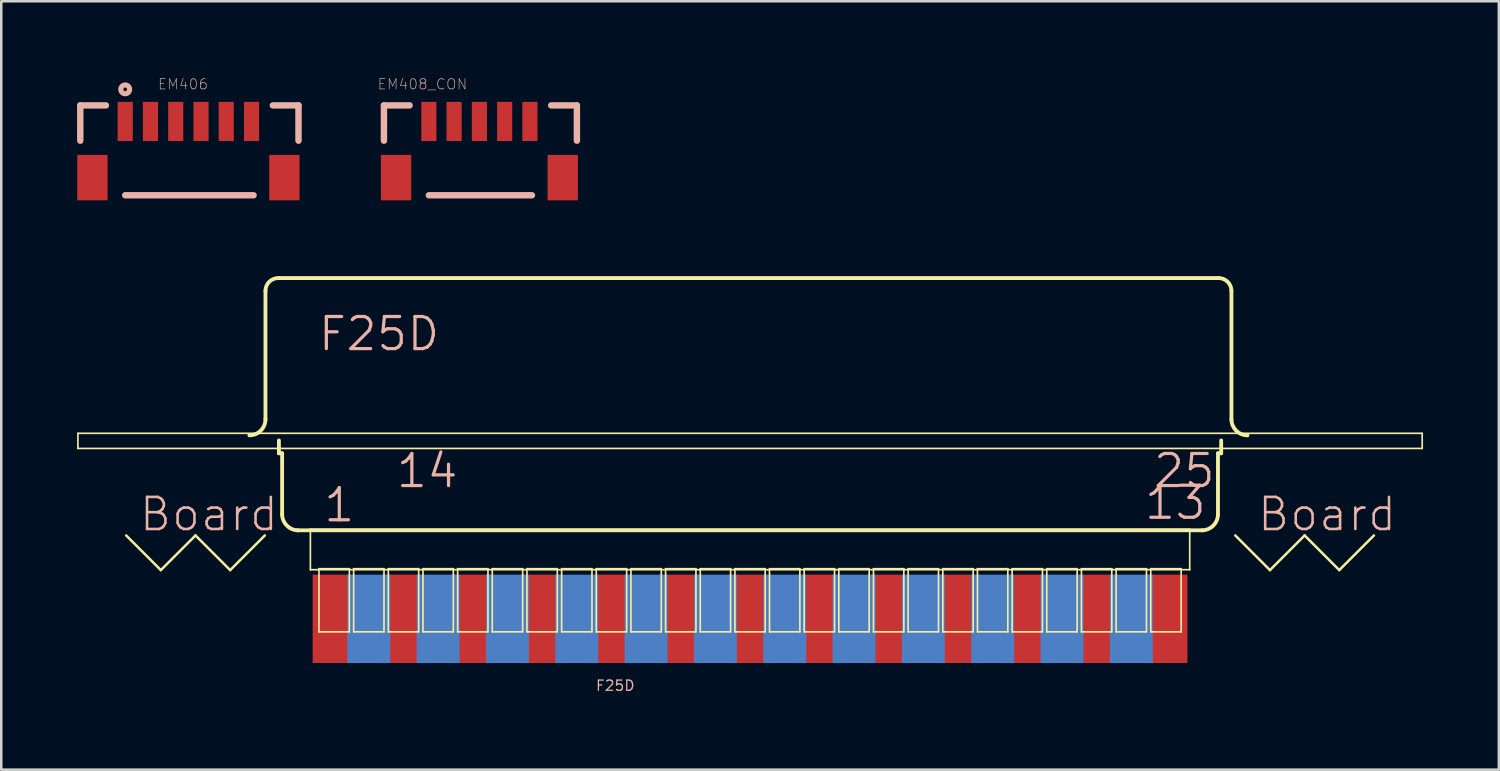
<source format=kicad_pcb>
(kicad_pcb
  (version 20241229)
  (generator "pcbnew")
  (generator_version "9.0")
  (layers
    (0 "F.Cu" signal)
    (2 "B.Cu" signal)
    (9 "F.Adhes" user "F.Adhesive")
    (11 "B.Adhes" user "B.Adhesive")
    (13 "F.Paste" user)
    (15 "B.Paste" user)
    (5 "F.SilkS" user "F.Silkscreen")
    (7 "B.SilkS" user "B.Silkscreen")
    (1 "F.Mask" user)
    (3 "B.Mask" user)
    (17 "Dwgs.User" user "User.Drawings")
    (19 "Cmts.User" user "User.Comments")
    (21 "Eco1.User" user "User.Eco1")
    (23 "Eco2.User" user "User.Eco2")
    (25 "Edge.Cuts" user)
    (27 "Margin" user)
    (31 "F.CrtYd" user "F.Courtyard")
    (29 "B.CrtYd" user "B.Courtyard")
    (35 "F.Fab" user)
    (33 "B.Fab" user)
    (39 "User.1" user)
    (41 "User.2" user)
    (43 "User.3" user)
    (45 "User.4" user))
  (footprint "EM408_CON"
    (layer "F.Cu")
    (at 13.922 1.756)
    (property "Reference" "EM408_CON" (at -0.254 -1.473 0) (layer "B.SilkS") (effects (font (size 0.406 0.406) (thickness 0.025))))
    (attr smd)
    (fp_line (start -1.778 -0.635) (end -0.762 -0.635) (stroke (width 0.254) (type solid)) (layer "B.SilkS"))
    (fp_line (start -1.778 0.762) (end -1.778 -0.635) (stroke (width 0.254) (type solid)) (layer "B.SilkS"))
    (fp_line (start 0 2.921) (end 4.079 2.921) (stroke (width 0.254) (type solid)) (layer "B.SilkS"))
    (fp_line (start 4.841 -0.635) (end 5.857 -0.635) (stroke (width 0.254) (type solid)) (layer "B.SilkS"))
    (fp_line (start 5.857 -0.635) (end 5.857 0.762) (stroke (width 0.254) (type solid)) (layer "B.SilkS"))
    (pad "1" smd rect (at 3.998 0) (size 0.599 1.549) (layers "F.Cu" "F.Mask" "F.Paste"))
    (pad "2" smd rect (at 3 0) (size 0.599 1.549) (layers "F.Cu" "F.Mask" "F.Paste"))
    (pad "3" smd rect (at 1.999 0) (size 0.599 1.549) (layers "F.Cu" "F.Mask" "F.Paste"))
    (pad "4" smd rect (at 0.998 0) (size 0.599 1.549) (layers "F.Cu" "F.Mask" "F.Paste"))
    (pad "5" smd rect (at 0 0) (size 0.599 1.549) (layers "F.Cu" "F.Mask" "F.Paste"))
    (pad "P$1" smd rect (at -1.298 2.223) (size 1.199 1.798) (layers "F.Cu" "F.Mask" "F.Paste"))
    (pad "P$2" smd rect (at 5.298 2.223) (size 1.199 1.798) (layers "F.Cu" "F.Mask" "F.Paste")))
  (footprint "EM406"
    (layer "F.Cu")
    (at 1.905 1.756)
    (property "Reference" "EM406" (at 2.286 -1.473 0) (layer "B.SilkS") (effects (font (size 0.406 0.406) (thickness 0.025))))
    (attr smd)
    (fp_line (start -1.778 -0.635) (end -0.762 -0.635) (stroke (width 0.254) (type solid)) (layer "B.SilkS"))
    (fp_line (start -1.778 0.762) (end -1.778 -0.635) (stroke (width 0.254) (type solid)) (layer "B.SilkS"))
    (fp_line (start 0 2.921) (end 5.08 2.921) (stroke (width 0.254) (type solid)) (layer "B.SilkS"))
    (fp_line (start 5.842 -0.635) (end 6.858 -0.635) (stroke (width 0.254) (type solid)) (layer "B.SilkS"))
    (fp_line (start 6.858 -0.635) (end 6.858 0.762) (stroke (width 0.254) (type solid)) (layer "B.SilkS"))
    (fp_circle (center 0 -1.27) (end -0.051 -1.321) (stroke (width 0.203) (type solid)) (fill no) (layer "B.SilkS"))
    (pad "1" smd rect (at 0 0) (size 0.599 1.549) (layers "F.Cu" "F.Mask" "F.Paste"))
    (pad "2" smd rect (at 0.998 0) (size 0.599 1.549) (layers "F.Cu" "F.Mask" "F.Paste"))
    (pad "3" smd rect (at 1.999 0) (size 0.599 1.549) (layers "F.Cu" "F.Mask" "F.Paste"))
    (pad "4" smd rect (at 3 0) (size 0.599 1.549) (layers "F.Cu" "F.Mask" "F.Paste"))
    (pad "5" smd rect (at 3.998 0) (size 0.599 1.549) (layers "F.Cu" "F.Mask" "F.Paste"))
    (pad "6" smd rect (at 4.999 0) (size 0.599 1.549) (layers "F.Cu" "F.Mask" "F.Paste"))
    (pad "P$1" smd rect (at -1.298 2.223) (size 1.199 1.798) (layers "F.Cu" "F.Mask" "F.Paste"))
    (pad "P$2" smd rect (at 6.299 2.223) (size 1.199 1.798) (layers "F.Cu" "F.Mask" "F.Paste")))
  (footprint "F25D"
    (layer "F.Cu")
    (at 26.632 15.396)
    (property "Reference" "F25D" (at -5.334 8.687 0) (layer "B.SilkS") (effects (font (size 0.406 0.406) (thickness 0.051))))
    (attr smd)
    (fp_line (start -26.599 -1.298) (end 26.599 -1.298) (stroke (width 0.066) (type solid)) (layer "F.SilkS"))
    (fp_line (start -26.599 -0.699) (end -26.599 -1.298) (stroke (width 0.066) (type solid)) (layer "F.SilkS"))
    (fp_line (start -26.599 -0.699) (end 26.599 -0.699) (stroke (width 0.066) (type solid)) (layer "F.SilkS"))
    (fp_line (start -24.689 2.743) (end -23.317 4.115) (stroke (width 0.1) (type solid)) (layer "F.SilkS"))
    (fp_line (start -23.317 4.115) (end -21.946 2.743) (stroke (width 0.1) (type solid)) (layer "F.SilkS"))
    (fp_line (start -21.946 2.743) (end -20.574 4.115) (stroke (width 0.1) (type solid)) (layer "F.SilkS"))
    (fp_line (start -20.574 4.115) (end -19.202 2.743) (stroke (width 0.1) (type solid)) (layer "F.SilkS"))
    (fp_line (start -19.177 -1.854) (end -19.177 -6.934) (stroke (width 0.152) (type solid)) (layer "F.SilkS"))
    (fp_line (start -18.669 -7.442) (end 18.542 -7.442) (stroke (width 0.152) (type solid)) (layer "F.SilkS"))
    (fp_line (start -18.644 -0.508) (end -18.644 -1.016) (stroke (width 0.152) (type solid)) (layer "F.SilkS"))
    (fp_line (start -18.644 -0.508) (end -18.517 -0.508) (stroke (width 0.152) (type solid)) (layer "F.SilkS"))
    (fp_line (start -18.517 1.905) (end -18.517 -0.508) (stroke (width 0.152) (type solid)) (layer "F.SilkS"))
    (fp_line (start -17.899 2.54) (end 17.899 2.54) (stroke (width 0.152) (type solid)) (layer "F.SilkS"))
    (fp_line (start -17.399 2.499) (end 17.399 2.499) (stroke (width 0.066) (type solid)) (layer "F.SilkS"))
    (fp_line (start -17.399 4.1) (end -17.399 2.499) (stroke (width 0.066) (type solid)) (layer "F.SilkS"))
    (fp_line (start -17.399 4.1) (end 17.399 4.1) (stroke (width 0.066) (type solid)) (layer "F.SilkS"))
    (fp_line (start -17.059 4.059) (end -15.857 4.059) (stroke (width 0.066) (type solid)) (layer "F.SilkS"))
    (fp_line (start -17.059 6.558) (end -17.059 4.059) (stroke (width 0.066) (type solid)) (layer "F.SilkS"))
    (fp_line (start -17.059 6.558) (end -15.857 6.558) (stroke (width 0.066) (type solid)) (layer "F.SilkS"))
    (fp_line (start -15.857 6.558) (end -15.857 4.059) (stroke (width 0.066) (type solid)) (layer "F.SilkS"))
    (fp_line (start -15.687 4.059) (end -14.486 4.059) (stroke (width 0.066) (type solid)) (layer "F.SilkS"))
    (fp_line (start -15.687 6.558) (end -15.687 4.059) (stroke (width 0.066) (type solid)) (layer "F.SilkS"))
    (fp_line (start -15.687 6.558) (end -14.486 6.558) (stroke (width 0.066) (type solid)) (layer "F.SilkS"))
    (fp_line (start -14.486 6.558) (end -14.486 4.059) (stroke (width 0.066) (type solid)) (layer "F.SilkS"))
    (fp_line (start -14.315 4.059) (end -13.114 4.059) (stroke (width 0.066) (type solid)) (layer "F.SilkS"))
    (fp_line (start -14.315 6.558) (end -14.315 4.059) (stroke (width 0.066) (type solid)) (layer "F.SilkS"))
    (fp_line (start -14.315 6.558) (end -13.114 6.558) (stroke (width 0.066) (type solid)) (layer "F.SilkS"))
    (fp_line (start -13.114 6.558) (end -13.114 4.059) (stroke (width 0.066) (type solid)) (layer "F.SilkS"))
    (fp_line (start -12.944 4.059) (end -11.742 4.059) (stroke (width 0.066) (type solid)) (layer "F.SilkS"))
    (fp_line (start -12.944 6.558) (end -12.944 4.059) (stroke (width 0.066) (type solid)) (layer "F.SilkS"))
    (fp_line (start -12.944 6.558) (end -11.742 6.558) (stroke (width 0.066) (type solid)) (layer "F.SilkS"))
    (fp_line (start -11.742 6.558) (end -11.742 4.059) (stroke (width 0.066) (type solid)) (layer "F.SilkS"))
    (fp_line (start -11.572 4.059) (end -10.371 4.059) (stroke (width 0.066) (type solid)) (layer "F.SilkS"))
    (fp_line (start -11.572 6.558) (end -11.572 4.059) (stroke (width 0.066) (type solid)) (layer "F.SilkS"))
    (fp_line (start -11.572 6.558) (end -10.371 6.558) (stroke (width 0.066) (type solid)) (layer "F.SilkS"))
    (fp_line (start -10.371 6.558) (end -10.371 4.059) (stroke (width 0.066) (type solid)) (layer "F.SilkS"))
    (fp_line (start -10.201 4.059) (end -8.999 4.059) (stroke (width 0.066) (type solid)) (layer "F.SilkS"))
    (fp_line (start -10.201 6.558) (end -10.201 4.059) (stroke (width 0.066) (type solid)) (layer "F.SilkS"))
    (fp_line (start -10.201 6.558) (end -8.999 6.558) (stroke (width 0.066) (type solid)) (layer "F.SilkS"))
    (fp_line (start -8.999 6.558) (end -8.999 4.059) (stroke (width 0.066) (type solid)) (layer "F.SilkS"))
    (fp_line (start -8.829 4.059) (end -7.628 4.059) (stroke (width 0.066) (type solid)) (layer "F.SilkS"))
    (fp_line (start -8.829 6.558) (end -8.829 4.059) (stroke (width 0.066) (type solid)) (layer "F.SilkS"))
    (fp_line (start -8.829 6.558) (end -7.628 6.558) (stroke (width 0.066) (type solid)) (layer "F.SilkS"))
    (fp_line (start -7.628 6.558) (end -7.628 4.059) (stroke (width 0.066) (type solid)) (layer "F.SilkS"))
    (fp_line (start -7.457 4.059) (end -6.256 4.059) (stroke (width 0.066) (type solid)) (layer "F.SilkS"))
    (fp_line (start -7.457 6.558) (end -7.457 4.059) (stroke (width 0.066) (type solid)) (layer "F.SilkS"))
    (fp_line (start -7.457 6.558) (end -6.256 6.558) (stroke (width 0.066) (type solid)) (layer "F.SilkS"))
    (fp_line (start -6.256 6.558) (end -6.256 4.059) (stroke (width 0.066) (type solid)) (layer "F.SilkS"))
    (fp_line (start -6.086 4.059) (end -4.884 4.059) (stroke (width 0.066) (type solid)) (layer "F.SilkS"))
    (fp_line (start -6.086 6.558) (end -6.086 4.059) (stroke (width 0.066) (type solid)) (layer "F.SilkS"))
    (fp_line (start -6.086 6.558) (end -4.884 6.558) (stroke (width 0.066) (type solid)) (layer "F.SilkS"))
    (fp_line (start -4.884 6.558) (end -4.884 4.059) (stroke (width 0.066) (type solid)) (layer "F.SilkS"))
    (fp_line (start -4.714 4.059) (end -3.513 4.059) (stroke (width 0.066) (type solid)) (layer "F.SilkS"))
    (fp_line (start -4.714 6.558) (end -4.714 4.059) (stroke (width 0.066) (type solid)) (layer "F.SilkS"))
    (fp_line (start -4.714 6.558) (end -3.513 6.558) (stroke (width 0.066) (type solid)) (layer "F.SilkS"))
    (fp_line (start -3.513 6.558) (end -3.513 4.059) (stroke (width 0.066) (type solid)) (layer "F.SilkS"))
    (fp_line (start -3.343 4.059) (end -2.141 4.059) (stroke (width 0.066) (type solid)) (layer "F.SilkS"))
    (fp_line (start -3.343 6.558) (end -3.343 4.059) (stroke (width 0.066) (type solid)) (layer "F.SilkS"))
    (fp_line (start -3.343 6.558) (end -2.141 6.558) (stroke (width 0.066) (type solid)) (layer "F.SilkS"))
    (fp_line (start -2.141 6.558) (end -2.141 4.059) (stroke (width 0.066) (type solid)) (layer "F.SilkS"))
    (fp_line (start -1.971 4.059) (end -0.77 4.059) (stroke (width 0.066) (type solid)) (layer "F.SilkS"))
    (fp_line (start -1.971 6.558) (end -1.971 4.059) (stroke (width 0.066) (type solid)) (layer "F.SilkS"))
    (fp_line (start -1.971 6.558) (end -0.77 6.558) (stroke (width 0.066) (type solid)) (layer "F.SilkS"))
    (fp_line (start -0.77 6.558) (end -0.77 4.059) (stroke (width 0.066) (type solid)) (layer "F.SilkS"))
    (fp_line (start -0.599 4.059) (end 0.599 4.059) (stroke (width 0.066) (type solid)) (layer "F.SilkS"))
    (fp_line (start -0.599 6.558) (end -0.599 4.059) (stroke (width 0.066) (type solid)) (layer "F.SilkS"))
    (fp_line (start -0.599 6.558) (end 0.599 6.558) (stroke (width 0.066) (type solid)) (layer "F.SilkS"))
    (fp_line (start 0.599 6.558) (end 0.599 4.059) (stroke (width 0.066) (type solid)) (layer "F.SilkS"))
    (fp_line (start 0.77 4.059) (end 1.971 4.059) (stroke (width 0.066) (type solid)) (layer "F.SilkS"))
    (fp_line (start 0.77 6.558) (end 0.77 4.059) (stroke (width 0.066) (type solid)) (layer "F.SilkS"))
    (fp_line (start 0.77 6.558) (end 1.971 6.558) (stroke (width 0.066) (type solid)) (layer "F.SilkS"))
    (fp_line (start 1.971 6.558) (end 1.971 4.059) (stroke (width 0.066) (type solid)) (layer "F.SilkS"))
    (fp_line (start 2.141 4.059) (end 3.343 4.059) (stroke (width 0.066) (type solid)) (layer "F.SilkS"))
    (fp_line (start 2.141 6.558) (end 2.141 4.059) (stroke (width 0.066) (type solid)) (layer "F.SilkS"))
    (fp_line (start 2.141 6.558) (end 3.343 6.558) (stroke (width 0.066) (type solid)) (layer "F.SilkS"))
    (fp_line (start 3.343 6.558) (end 3.343 4.059) (stroke (width 0.066) (type solid)) (layer "F.SilkS"))
    (fp_line (start 3.513 4.059) (end 4.714 4.059) (stroke (width 0.066) (type solid)) (layer "F.SilkS"))
    (fp_line (start 3.513 6.558) (end 3.513 4.059) (stroke (width 0.066) (type solid)) (layer "F.SilkS"))
    (fp_line (start 3.513 6.558) (end 4.714 6.558) (stroke (width 0.066) (type solid)) (layer "F.SilkS"))
    (fp_line (start 4.714 6.558) (end 4.714 4.059) (stroke (width 0.066) (type solid)) (layer "F.SilkS"))
    (fp_line (start 4.884 4.059) (end 6.086 4.059) (stroke (width 0.066) (type solid)) (layer "F.SilkS"))
    (fp_line (start 4.884 6.558) (end 4.884 4.059) (stroke (width 0.066) (type solid)) (layer "F.SilkS"))
    (fp_line (start 4.884 6.558) (end 6.086 6.558) (stroke (width 0.066) (type solid)) (layer "F.SilkS"))
    (fp_line (start 6.086 6.558) (end 6.086 4.059) (stroke (width 0.066) (type solid)) (layer "F.SilkS"))
    (fp_line (start 6.256 4.059) (end 7.457 4.059) (stroke (width 0.066) (type solid)) (layer "F.SilkS"))
    (fp_line (start 6.256 6.558) (end 6.256 4.059) (stroke (width 0.066) (type solid)) (layer "F.SilkS"))
    (fp_line (start 6.256 6.558) (end 7.457 6.558) (stroke (width 0.066) (type solid)) (layer "F.SilkS"))
    (fp_line (start 7.457 6.558) (end 7.457 4.059) (stroke (width 0.066) (type solid)) (layer "F.SilkS"))
    (fp_line (start 7.628 4.059) (end 8.829 4.059) (stroke (width 0.066) (type solid)) (layer "F.SilkS"))
    (fp_line (start 7.628 6.558) (end 7.628 4.059) (stroke (width 0.066) (type solid)) (layer "F.SilkS"))
    (fp_line (start 7.628 6.558) (end 8.829 6.558) (stroke (width 0.066) (type solid)) (layer "F.SilkS"))
    (fp_line (start 8.829 6.558) (end 8.829 4.059) (stroke (width 0.066) (type solid)) (layer "F.SilkS"))
    (fp_line (start 8.999 4.059) (end 10.201 4.059) (stroke (width 0.066) (type solid)) (layer "F.SilkS"))
    (fp_line (start 8.999 6.558) (end 8.999 4.059) (stroke (width 0.066) (type solid)) (layer "F.SilkS"))
    (fp_line (start 8.999 6.558) (end 10.201 6.558) (stroke (width 0.066) (type solid)) (layer "F.SilkS"))
    (fp_line (start 10.201 6.558) (end 10.201 4.059) (stroke (width 0.066) (type solid)) (layer "F.SilkS"))
    (fp_line (start 10.371 4.059) (end 11.572 4.059) (stroke (width 0.066) (type solid)) (layer "F.SilkS"))
    (fp_line (start 10.371 6.558) (end 10.371 4.059) (stroke (width 0.066) (type solid)) (layer "F.SilkS"))
    (fp_line (start 10.371 6.558) (end 11.572 6.558) (stroke (width 0.066) (type solid)) (layer "F.SilkS"))
    (fp_line (start 11.572 6.558) (end 11.572 4.059) (stroke (width 0.066) (type solid)) (layer "F.SilkS"))
    (fp_line (start 11.742 4.059) (end 12.944 4.059) (stroke (width 0.066) (type solid)) (layer "F.SilkS"))
    (fp_line (start 11.742 6.558) (end 11.742 4.059) (stroke (width 0.066) (type solid)) (layer "F.SilkS"))
    (fp_line (start 11.742 6.558) (end 12.944 6.558) (stroke (width 0.066) (type solid)) (layer "F.SilkS"))
    (fp_line (start 12.944 6.558) (end 12.944 4.059) (stroke (width 0.066) (type solid)) (layer "F.SilkS"))
    (fp_line (start 13.114 4.059) (end 14.315 4.059) (stroke (width 0.066) (type solid)) (layer "F.SilkS"))
    (fp_line (start 13.114 6.558) (end 13.114 4.059) (stroke (width 0.066) (type solid)) (layer "F.SilkS"))
    (fp_line (start 13.114 6.558) (end 14.315 6.558) (stroke (width 0.066) (type solid)) (layer "F.SilkS"))
    (fp_line (start 14.315 6.558) (end 14.315 4.059) (stroke (width 0.066) (type solid)) (layer "F.SilkS"))
    (fp_line (start 14.486 4.059) (end 15.687 4.059) (stroke (width 0.066) (type solid)) (layer "F.SilkS"))
    (fp_line (start 14.486 6.558) (end 14.486 4.059) (stroke (width 0.066) (type solid)) (layer "F.SilkS"))
    (fp_line (start 14.486 6.558) (end 15.687 6.558) (stroke (width 0.066) (type solid)) (layer "F.SilkS"))
    (fp_line (start 15.687 6.558) (end 15.687 4.059) (stroke (width 0.066) (type solid)) (layer "F.SilkS"))
    (fp_line (start 15.857 4.059) (end 17.059 4.059) (stroke (width 0.066) (type solid)) (layer "F.SilkS"))
    (fp_line (start 15.857 6.558) (end 15.857 4.059) (stroke (width 0.066) (type solid)) (layer "F.SilkS"))
    (fp_line (start 15.857 6.558) (end 17.059 6.558) (stroke (width 0.066) (type solid)) (layer "F.SilkS"))
    (fp_line (start 17.059 6.558) (end 17.059 4.059) (stroke (width 0.066) (type solid)) (layer "F.SilkS"))
    (fp_line (start 17.399 4.1) (end 17.399 2.499) (stroke (width 0.066) (type solid)) (layer "F.SilkS"))
    (fp_line (start 18.517 -0.508) (end 18.644 -0.508) (stroke (width 0.152) (type solid)) (layer "F.SilkS"))
    (fp_line (start 18.517 1.905) (end 18.517 -0.508) (stroke (width 0.152) (type solid)) (layer "F.SilkS"))
    (fp_line (start 18.644 -0.508) (end 18.644 -1.016) (stroke (width 0.152) (type solid)) (layer "F.SilkS"))
    (fp_line (start 19.05 -1.854) (end 19.05 -6.934) (stroke (width 0.152) (type solid)) (layer "F.SilkS"))
    (fp_line (start 19.202 2.743) (end 20.574 4.115) (stroke (width 0.1) (type solid)) (layer "F.SilkS"))
    (fp_line (start 20.574 4.115) (end 21.946 2.743) (stroke (width 0.1) (type solid)) (layer "F.SilkS"))
    (fp_line (start 21.946 2.743) (end 23.317 4.115) (stroke (width 0.1) (type solid)) (layer "F.SilkS"))
    (fp_line (start 23.317 4.115) (end 24.689 2.743) (stroke (width 0.1) (type solid)) (layer "F.SilkS"))
    (fp_line (start 26.599 -0.699) (end 26.599 -1.298) (stroke (width 0.066) (type solid)) (layer "F.SilkS"))
    (fp_arc (start -19.177 -6.9342) (mid -19.02821 -7.29341) (end -18.669 -7.4422) (stroke (width 0.1524) (type solid)) (layer "F.SilkS"))
    (fp_arc (start -19.177 -1.8542) (mid -19.362987 -1.405187) (end -19.812 -1.2192) (stroke (width 0.1524) (type solid)) (layer "F.SilkS"))
    (fp_arc (start -17.8816 2.54) (mid -18.330613 2.354013) (end -18.5166 1.905) (stroke (width 0.1524) (type solid)) (layer "F.SilkS"))
    (fp_arc (start 18.5166 1.905) (mid 18.330613 2.354013) (end 17.8816 2.54) (stroke (width 0.1524) (type solid)) (layer "F.SilkS"))
    (fp_arc (start 18.542 -7.4422) (mid 18.90121 -7.29341) (end 19.05 -6.9342) (stroke (width 0.1524) (type solid)) (layer "F.SilkS"))
    (fp_arc (start 19.685 -1.2192) (mid 19.235987 -1.405187) (end 19.05 -1.8542) (stroke (width 0.1524) (type solid)) (layer "F.SilkS"))
    (fp_text user "F25D" (at -14.681 -5.232 0) (layer "B.SilkS") (effects (font (size 1.27 1.27) (thickness 0.127))))
    (fp_text user "Board " (at -20.93 1.905 0) (layer "B.SilkS") (effects (font (size 1.27 1.27) (thickness 0.102))))
    (fp_text user "25" (at 17.183 0.188 0) (layer "B.SilkS") (effects (font (size 1.27 1.27) (thickness 0.127))))
    (fp_text user "Board" (at 22.835 1.905 0) (layer "B.SilkS") (effects (font (size 1.27 1.27) (thickness 0.102))))
    (fp_text user "1" (at -16.256 1.542 0) (layer "B.SilkS") (effects (font (size 1.27 1.27) (thickness 0.127))))
    (fp_text user "13" (at 16.828 1.443 0) (layer "B.SilkS") (effects (font (size 1.27 1.27) (thickness 0.127))))
    (fp_text user "14" (at -12.779 0.188 0) (layer "B.SilkS") (effects (font (size 1.27 1.27) (thickness 0.127))))
    (pad "1" smd rect (at -16.459 6.043) (size 1.699 3.498) (layers "F.Cu" "F.Mask" "F.Paste"))
    (pad "2" smd rect (at -13.716 6.043) (size 1.699 3.498) (layers "F.Cu" "F.Mask" "F.Paste"))
    (pad "3" smd rect (at -10.97 6.043) (size 1.699 3.498) (layers "F.Cu" "F.Mask" "F.Paste"))
    (pad "4" smd rect (at -8.23 6.043) (size 1.699 3.498) (layers "F.Cu" "F.Mask" "F.Paste"))
    (pad "5" smd rect (at -5.484 6.043) (size 1.699 3.498) (layers "F.Cu" "F.Mask" "F.Paste"))
    (pad "6" smd rect (at -2.743 6.043) (size 1.699 3.498) (layers "F.Cu" "F.Mask" "F.Paste"))
    (pad "7" smd rect (at 0 6.043) (size 1.699 3.498) (layers "F.Cu" "F.Mask" "F.Paste"))
    (pad "8" smd rect (at 2.743 6.043) (size 1.699 3.498) (layers "F.Cu" "F.Mask" "F.Paste"))
    (pad "9" smd rect (at 5.484 6.043) (size 1.699 3.498) (layers "F.Cu" "F.Mask" "F.Paste"))
    (pad "10" smd rect (at 8.23 6.043) (size 1.699 3.498) (layers "F.Cu" "F.Mask" "F.Paste"))
    (pad "11" smd rect (at 10.97 6.043) (size 1.699 3.498) (layers "F.Cu" "F.Mask" "F.Paste"))
    (pad "12" smd rect (at 13.716 6.043) (size 1.699 3.498) (layers "F.Cu" "F.Mask" "F.Paste"))
    (pad "13" smd rect (at 16.459 6.043) (size 1.699 3.498) (layers "F.Cu" "F.Mask" "F.Paste"))
    (pad "14" smd rect (at -15.088 6.045) (size 1.699 3.498) (layers "B.Cu" "B.Mask"))
    (pad "15" smd rect (at -12.344 6.045) (size 1.699 3.498) (layers "B.Cu" "B.Mask"))
    (pad "16" smd rect (at -9.601 6.045) (size 1.699 3.498) (layers "B.Cu" "B.Mask"))
    (pad "17" smd rect (at -6.858 6.045) (size 1.699 3.498) (layers "B.Cu" "B.Mask"))
    (pad "18" smd rect (at -4.115 6.045) (size 1.699 3.498) (layers "B.Cu" "B.Mask"))
    (pad "19" smd rect (at -1.372 6.045) (size 1.699 3.498) (layers "B.Cu" "B.Mask"))
    (pad "20" smd rect (at 1.372 6.045) (size 1.699 3.498) (layers "B.Cu" "B.Mask"))
    (pad "21" smd rect (at 4.115 6.045) (size 1.699 3.498) (layers "B.Cu" "B.Mask"))
    (pad "22" smd rect (at 6.858 6.045) (size 1.699 3.498) (layers "B.Cu" "B.Mask"))
    (pad "23" smd rect (at 9.601 6.045) (size 1.699 3.498) (layers "B.Cu" "B.Mask"))
    (pad "24" smd rect (at 12.344 6.045) (size 1.699 3.498) (layers "B.Cu" "B.Mask"))
    (pad "25" smd rect (at 15.088 6.045) (size 1.699 3.498) (layers "B.Cu" "B.Mask")))
  (gr_rect
    (start -3 -3)
    (end 56.264 27.409)
    (stroke (width 0.1) (type default))
    (fill no)
    (layer "Edge.Cuts")))
</source>
